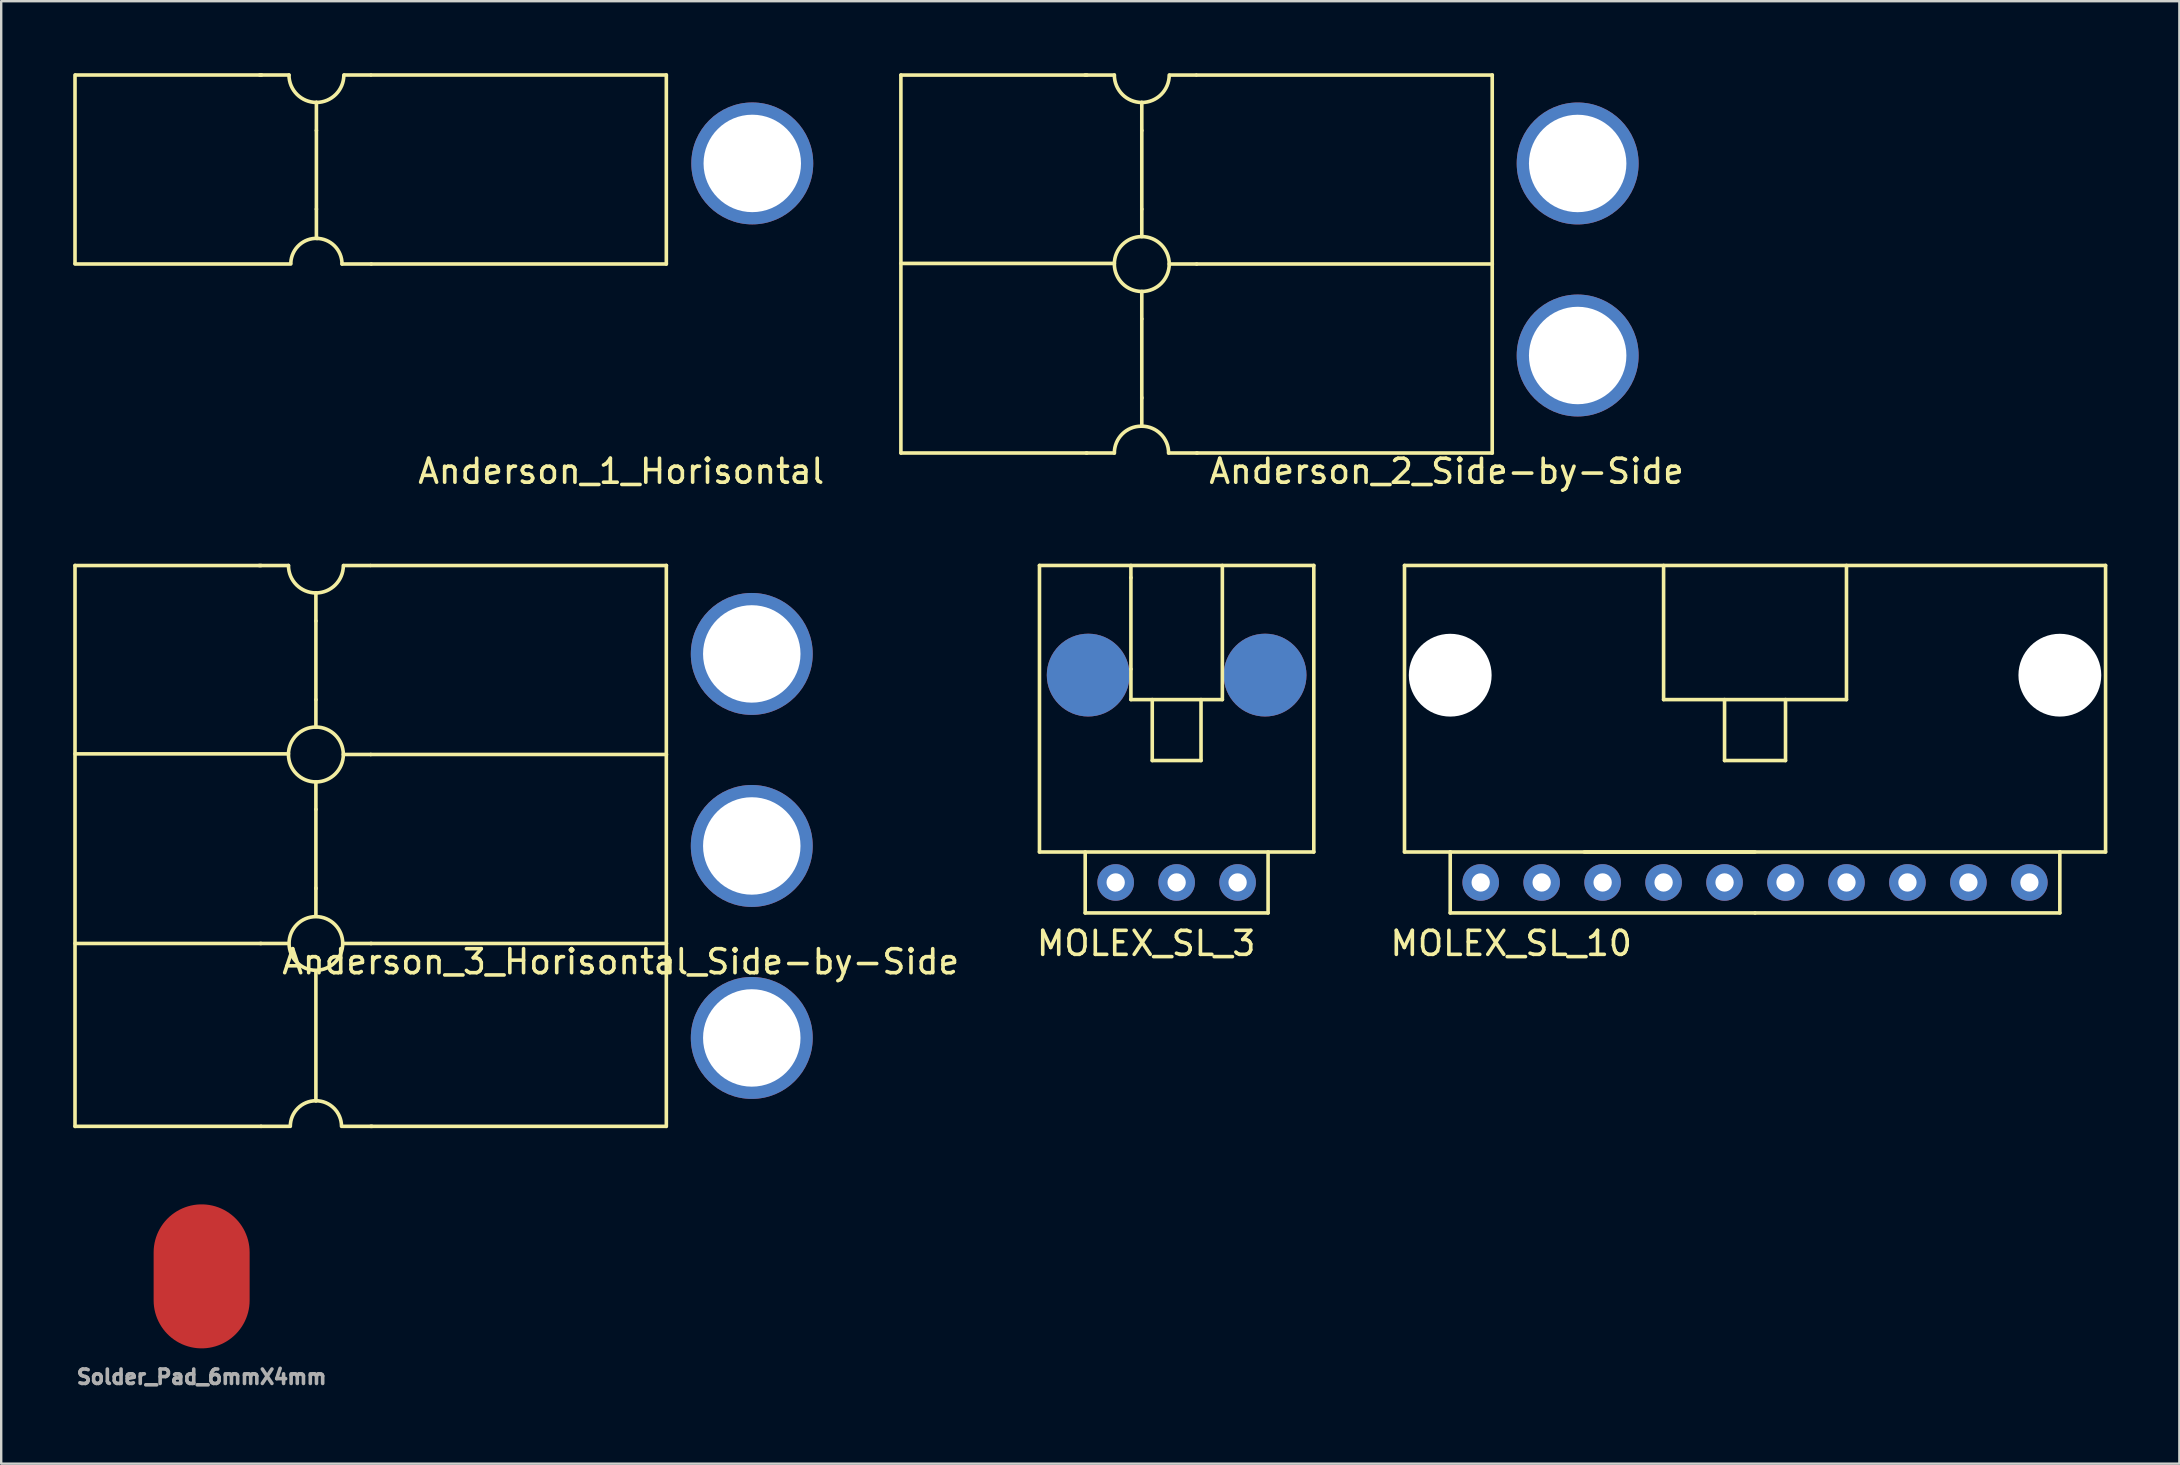
<source format=kicad_pcb>
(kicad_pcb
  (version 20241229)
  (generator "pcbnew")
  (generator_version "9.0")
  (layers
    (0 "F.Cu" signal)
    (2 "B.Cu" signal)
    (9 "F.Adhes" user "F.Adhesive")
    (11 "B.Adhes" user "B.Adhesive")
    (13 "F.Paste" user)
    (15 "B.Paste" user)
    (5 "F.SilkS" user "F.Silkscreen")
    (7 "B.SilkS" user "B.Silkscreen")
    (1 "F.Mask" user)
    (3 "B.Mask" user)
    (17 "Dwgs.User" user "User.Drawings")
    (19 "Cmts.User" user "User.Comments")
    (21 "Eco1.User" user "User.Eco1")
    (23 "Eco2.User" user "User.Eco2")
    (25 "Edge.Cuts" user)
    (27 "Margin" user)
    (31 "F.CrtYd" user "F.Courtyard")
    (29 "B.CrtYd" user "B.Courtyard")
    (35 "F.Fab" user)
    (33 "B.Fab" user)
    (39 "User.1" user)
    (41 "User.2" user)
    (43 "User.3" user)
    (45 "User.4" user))
  (footprint "MOLEX_SL_3"
    (layer "F.Cu")
    (at 45.975 33.718)
    (property "Reference" "MOLEX_SL_3" (at -1.27 2.54 0) (layer "F.SilkS") (effects (font (size 1 1) (thickness 0.15))))
    (attr through_hole)
    (fp_line (start -5.715 -13.208) (end 5.715 -13.208) (stroke (width 0.15) (type solid)) (layer "F.SilkS"))
    (fp_line (start -5.715 -1.27) (end -5.715 -13.208) (stroke (width 0.15) (type solid)) (layer "F.SilkS"))
    (fp_line (start -5.715 -1.27) (end 5.715 -1.27) (stroke (width 0.15) (type solid)) (layer "F.SilkS"))
    (fp_line (start -3.81 1.27) (end -3.81 -1.27) (stroke (width 0.15) (type solid)) (layer "F.SilkS"))
    (fp_line (start -1.905 -13.208) (end -1.905 -12.7) (stroke (width 0.15) (type solid)) (layer "F.SilkS"))
    (fp_line (start -1.905 -8.89) (end -1.905 -12.7) (stroke (width 0.15) (type solid)) (layer "F.SilkS"))
    (fp_line (start -1.905 -8.89) (end -1.905 -7.62) (stroke (width 0.15) (type solid)) (layer "F.SilkS"))
    (fp_line (start -1.016 -7.62) (end -1.016 -5.08) (stroke (width 0.15) (type solid)) (layer "F.SilkS"))
    (fp_line (start -1.016 -5.08) (end 1.016 -5.08) (stroke (width 0.15) (type solid)) (layer "F.SilkS"))
    (fp_line (start 1.016 -7.62) (end 1.016 -5.08) (stroke (width 0.15) (type solid)) (layer "F.SilkS"))
    (fp_line (start 1.905 -13.208) (end 1.905 -7.62) (stroke (width 0.15) (type solid)) (layer "F.SilkS"))
    (fp_line (start 1.905 -7.62) (end -1.905 -7.62) (stroke (width 0.15) (type solid)) (layer "F.SilkS"))
    (fp_line (start 3.81 -1.27) (end 3.81 1.27) (stroke (width 0.15) (type solid)) (layer "F.SilkS"))
    (fp_line (start 3.81 1.27) (end -3.81 1.27) (stroke (width 0.15) (type solid)) (layer "F.SilkS"))
    (fp_line (start 5.715 -1.27) (end 5.715 -13.208) (stroke (width 0.15) (type solid)) (layer "F.SilkS"))
    (pad "" thru_hole circle (at -3.685 -8.64) (size 3.45 3.45) (drill 0.000254) (layers "*.Cu" "*.Mask"))
    (pad "" thru_hole circle (at 3.685 -8.64) (size 3.45 3.45) (drill 0.000254) (layers "*.Cu" "*.Mask"))
    (pad "1" thru_hole circle (at -2.54 0) (size 1.524 1.524) (drill 0.762) (layers "*.Cu" "*.Mask"))
    (pad "2" thru_hole circle (at 0 0) (size 1.524 1.524) (drill 0.762) (layers "*.Cu" "*.Mask"))
    (pad "3" thru_hole circle (at 2.54 0) (size 1.524 1.524) (drill 0.762) (layers "*.Cu" "*.Mask")))
  (footprint "Solder_Pad_6mmX4mm"
    (layer "F.Cu")
    (at 5.351 50.13)
    (property "Reference" "Solder_Pad_6mmX4mm" (at 0 4.191 0) (layer "F.Fab") (effects (font (size 0.6 0.6) (thickness 0.15))))
    (attr through_hole)
    (pad "1" smd oval (at 0 0) (size 4 6) (layers "F.Cu" "F.Mask" "F.Paste")))
  (footprint "Anderson_2_Side-by-Side"
    (layer "F.Cu")
    (at 62.684 11.761)
    (property "Reference" "Anderson_2_Side-by-Side" (at -5.461 4.826 0) (layer "F.SilkS") (effects (font (size 1 1) (thickness 0.15))))
    (attr through_hole)
    (fp_line (start -28.198 4.064) (end -28.198 -11.686) (stroke (width 0.15) (type solid)) (layer "F.SilkS"))
    (fp_line (start -28.194 -11.684) (end -20.447 -11.684) (stroke (width 0.15) (type solid)) (layer "F.SilkS"))
    (fp_line (start -28.194 -3.835) (end -19.304 -3.835) (stroke (width 0.15) (type solid)) (layer "F.SilkS"))
    (fp_line (start -20.472 4.064) (end -19.304 4.064) (stroke (width 0.15) (type solid)) (layer "F.SilkS"))
    (fp_line (start -20.447 4.064) (end -28.194 4.064) (stroke (width 0.15) (type solid)) (layer "F.SilkS"))
    (fp_line (start -19.304 -11.684) (end -20.523 -11.684) (stroke (width 0.15) (type solid)) (layer "F.SilkS"))
    (fp_line (start -18.161 -10.541) (end -18.161 -9.373) (stroke (width 0.15) (type solid)) (layer "F.SilkS"))
    (fp_line (start -18.161 -6.096) (end -18.161 -9.373) (stroke (width 0.15) (type solid)) (layer "F.SilkS"))
    (fp_line (start -18.161 -6.096) (end -18.161 -4.953) (stroke (width 0.15) (type solid)) (layer "F.SilkS"))
    (fp_line (start -18.161 -1.524) (end -18.161 -2.667) (stroke (width 0.15) (type solid)) (layer "F.SilkS"))
    (fp_line (start -18.161 -1.524) (end -18.161 1.778) (stroke (width 0.15) (type solid)) (layer "F.SilkS"))
    (fp_line (start -18.161 1.753) (end -18.161 2.921) (stroke (width 0.15) (type solid)) (layer "F.SilkS"))
    (fp_line (start -15.9 -11.684) (end -16.993 -11.684) (stroke (width 0.15) (type solid)) (layer "F.SilkS"))
    (fp_line (start -15.875 -11.684) (end -3.556 -11.684) (stroke (width 0.15) (type solid)) (layer "F.SilkS"))
    (fp_line (start -15.875 -3.81) (end -17.018 -3.81) (stroke (width 0.15) (type solid)) (layer "F.SilkS"))
    (fp_line (start -15.875 -3.81) (end -3.556 -3.81) (stroke (width 0.15) (type solid)) (layer "F.SilkS"))
    (fp_line (start -15.875 4.064) (end -3.556 4.064) (stroke (width 0.15) (type solid)) (layer "F.SilkS"))
    (fp_line (start -15.85 4.064) (end -17.043 4.064) (stroke (width 0.15) (type solid)) (layer "F.SilkS"))
    (fp_line (start -3.56 4.064) (end -3.56 -11.686) (stroke (width 0.15) (type solid)) (layer "F.SilkS"))
    (fp_arc (start -19.304 4.064) (mid -18.976663 3.273737) (end -18.1864 2.9464) (stroke (width 0.15) (type solid)) (layer "F.SilkS"))
    (fp_arc (start -18.161 -10.541) (mid -18.969223 -10.875777) (end -19.304 -11.684) (stroke (width 0.15) (type solid)) (layer "F.SilkS"))
    (fp_arc (start -18.161 2.9464) (mid -17.370737 3.273737) (end -17.0434 4.064) (stroke (width 0.15) (type solid)) (layer "F.SilkS"))
    (fp_arc (start -17.018 -11.684) (mid -17.352777 -10.875777) (end -18.161 -10.541) (stroke (width 0.15) (type solid)) (layer "F.SilkS"))
    (fp_circle (center -18.161 -3.81) (end -18.161 -2.667) (stroke (width 0.15) (type solid)) (fill no) (layer "F.SilkS"))
    (pad "GND" thru_hole circle (at 0 -8) (size 5.08 5.08) (drill 4.06) (layers "*.Cu" "*.Mask" "F.Paste"))
    (pad "V" thru_hole circle (at 0 0.001) (size 5.08 5.08) (drill 4.06) (layers "*.Cu" "*.Mask" "F.Paste")))
  (footprint "MOLEX_SL_10"
    (layer "F.Cu")
    (at 70.074 33.718)
    (property "Reference" "MOLEX_SL_10" (at -10.16 2.54 0) (layer "F.SilkS") (effects (font (size 1 1) (thickness 0.15))))
    (attr through_hole)
    (fp_line (start -14.605 -13.208) (end 14.605 -13.208) (stroke (width 0.15) (type solid)) (layer "F.SilkS"))
    (fp_line (start -14.605 -1.27) (end -14.605 -13.208) (stroke (width 0.15) (type solid)) (layer "F.SilkS"))
    (fp_line (start -12.7 -1.27) (end -14.605 -1.27) (stroke (width 0.15) (type solid)) (layer "F.SilkS"))
    (fp_line (start -12.7 -1.27) (end 0 -1.27) (stroke (width 0.15) (type solid)) (layer "F.SilkS"))
    (fp_line (start -12.7 1.27) (end -12.7 -1.27) (stroke (width 0.15) (type solid)) (layer "F.SilkS"))
    (fp_line (start -3.81 -7.62) (end -3.81 -13.208) (stroke (width 0.15) (type solid)) (layer "F.SilkS"))
    (fp_line (start -3.81 -7.62) (end 3.81 -7.62) (stroke (width 0.15) (type solid)) (layer "F.SilkS"))
    (fp_line (start -1.27 -7.62) (end -1.27 -5.08) (stroke (width 0.15) (type solid)) (layer "F.SilkS"))
    (fp_line (start -1.27 -5.08) (end 1.27 -5.08) (stroke (width 0.15) (type solid)) (layer "F.SilkS"))
    (fp_line (start 0 1.27) (end -12.7 1.27) (stroke (width 0.15) (type solid)) (layer "F.SilkS"))
    (fp_line (start 0 1.27) (end 12.7 1.27) (stroke (width 0.15) (type solid)) (layer "F.SilkS"))
    (fp_line (start 1.27 -5.08) (end 1.27 -7.62) (stroke (width 0.15) (type solid)) (layer "F.SilkS"))
    (fp_line (start 3.81 -7.62) (end 3.81 -13.208) (stroke (width 0.15) (type solid)) (layer "F.SilkS"))
    (fp_line (start 12.7 -1.27) (end -7.112 -1.27) (stroke (width 0.15) (type solid)) (layer "F.SilkS"))
    (fp_line (start 12.7 -1.27) (end 12.7 1.27) (stroke (width 0.15) (type solid)) (layer "F.SilkS"))
    (fp_line (start 12.7 -1.27) (end 14.605 -1.27) (stroke (width 0.15) (type solid)) (layer "F.SilkS"))
    (fp_line (start 14.605 -1.27) (end 14.605 -13.208) (stroke (width 0.15) (type solid)) (layer "F.SilkS"))
    (pad "" np_thru_hole circle (at -12.7 -8.636) (size 3.45 3.45) (drill 3.45) (layers "*.Cu" "*.Mask"))
    (pad "" np_thru_hole circle (at 12.7 -8.636) (size 3.45 3.45) (drill 3.45) (layers "*.Cu" "*.Mask"))
    (pad "1" thru_hole circle (at -11.43 0) (size 1.524 1.524) (drill 0.762) (layers "*.Cu" "*.Mask"))
    (pad "2" thru_hole circle (at -8.89 0) (size 1.524 1.524) (drill 0.762) (layers "*.Cu" "*.Mask"))
    (pad "3" thru_hole circle (at -6.35 0) (size 1.524 1.524) (drill 0.762) (layers "*.Cu" "*.Mask"))
    (pad "4" thru_hole circle (at -3.81 0) (size 1.524 1.524) (drill 0.762) (layers "*.Cu" "*.Mask"))
    (pad "5" thru_hole circle (at -1.27 0) (size 1.524 1.524) (drill 0.762) (layers "*.Cu" "*.Mask"))
    (pad "6" thru_hole circle (at 1.27 0) (size 1.524 1.524) (drill 0.762) (layers "*.Cu" "*.Mask"))
    (pad "7" thru_hole circle (at 3.81 0) (size 1.524 1.524) (drill 0.762) (layers "*.Cu" "*.Mask"))
    (pad "8" thru_hole circle (at 6.35 0) (size 1.524 1.524) (drill 0.762) (layers "*.Cu" "*.Mask"))
    (pad "9" thru_hole circle (at 8.89 0) (size 1.524 1.524) (drill 0.762) (layers "*.Cu" "*.Mask"))
    (pad "10" thru_hole circle (at 11.43 0) (size 1.524 1.524) (drill 0.762) (layers "*.Cu" "*.Mask")))
  (footprint "Anderson_1_Horisontal"
    (layer "F.Cu")
    (at 24.713 7.949)
    (property "Reference" "Anderson_1_Horisontal" (at -1.88 8.636 0) (layer "F.SilkS") (effects (font (size 1 1) (thickness 0.15))))
    (attr through_hole)
    (fp_line (start -24.638 -7.874) (end -24.638 -0.025) (stroke (width 0.15) (type solid)) (layer "F.SilkS"))
    (fp_line (start -24.638 0) (end -15.646 0) (stroke (width 0.15) (type solid)) (layer "F.SilkS"))
    (fp_line (start -24.613 -7.874) (end -16.866 -7.874) (stroke (width 0.15) (type solid)) (layer "F.SilkS"))
    (fp_line (start -15.723 -7.874) (end -16.942 -7.874) (stroke (width 0.15) (type solid)) (layer "F.SilkS"))
    (fp_line (start -14.58 -6.731) (end -14.58 -5.563) (stroke (width 0.15) (type solid)) (layer "F.SilkS"))
    (fp_line (start -14.58 -2.286) (end -14.58 -5.563) (stroke (width 0.15) (type solid)) (layer "F.SilkS"))
    (fp_line (start -14.58 -2.286) (end -14.58 -1.143) (stroke (width 0.15) (type solid)) (layer "F.SilkS"))
    (fp_line (start -13.513 0) (end -12.294 0) (stroke (width 0.15) (type solid)) (layer "F.SilkS"))
    (fp_line (start -12.319 -7.874) (end -13.411 -7.874) (stroke (width 0.15) (type solid)) (layer "F.SilkS"))
    (fp_line (start -12.294 -7.874) (end 0 -7.874) (stroke (width 0.15) (type solid)) (layer "F.SilkS"))
    (fp_line (start -12.294 0) (end 0 0) (stroke (width 0.15) (type solid)) (layer "F.SilkS"))
    (fp_line (start 0 0) (end 0 -7.874) (stroke (width 0.15) (type solid)) (layer "F.SilkS"))
    (fp_arc (start -15.6464 -0.0508) (mid -15.29802 -0.790263) (end -14.5288 -1.0668) (stroke (width 0.15) (type solid)) (layer "F.SilkS"))
    (fp_arc (start -14.5796 -6.731) (mid -15.387823 -7.065777) (end -15.7226 -7.874) (stroke (width 0.15) (type solid)) (layer "F.SilkS"))
    (fp_arc (start -14.5796 -1.0668) (mid -13.825258 -0.754342) (end -13.5128 0) (stroke (width 0.15) (type solid)) (layer "F.SilkS"))
    (fp_arc (start -13.4366 -7.874) (mid -13.771377 -7.065777) (end -14.5796 -6.731) (stroke (width 0.15) (type solid)) (layer "F.SilkS"))
    (pad "1" thru_hole circle (at 3.581 -4.19) (size 5.08 5.08) (drill 4.06) (layers "*.Cu" "*.Mask" "F.Paste")))
  (footprint "Anderson_3_Horisontal_Side-by-Side"
    (layer "F.Cu")
    (at 24.692 43.88)
    (property "Reference" "Anderson_3_Horisontal_Side-by-Side" (at -1.88 -6.858 0) (layer "F.SilkS") (effects (font (size 1 1) (thickness 0.15))))
    (attr through_hole)
    (fp_line (start -24.617 0.002) (end -24.617 -23.37) (stroke (width 0.15) (type solid)) (layer "F.SilkS"))
    (fp_line (start -24.613 -23.368) (end -16.866 -23.368) (stroke (width 0.15) (type solid)) (layer "F.SilkS"))
    (fp_line (start -24.613 -15.519) (end -15.723 -15.519) (stroke (width 0.15) (type solid)) (layer "F.SilkS"))
    (fp_line (start -16.891 -7.62) (end -15.723 -7.62) (stroke (width 0.15) (type solid)) (layer "F.SilkS"))
    (fp_line (start -16.866 -7.62) (end -24.613 -7.62) (stroke (width 0.15) (type solid)) (layer "F.SilkS"))
    (fp_line (start -16.866 0) (end -24.613 0) (stroke (width 0.15) (type solid)) (layer "F.SilkS"))
    (fp_line (start -15.723 -23.368) (end -16.942 -23.368) (stroke (width 0.15) (type solid)) (layer "F.SilkS"))
    (fp_line (start -15.697 0) (end -16.866 0) (stroke (width 0.15) (type solid)) (layer "F.SilkS"))
    (fp_line (start -14.58 -22.225) (end -14.58 -21.057) (stroke (width 0.15) (type solid)) (layer "F.SilkS"))
    (fp_line (start -14.58 -17.78) (end -14.58 -21.057) (stroke (width 0.15) (type solid)) (layer "F.SilkS"))
    (fp_line (start -14.58 -17.78) (end -14.58 -16.637) (stroke (width 0.15) (type solid)) (layer "F.SilkS"))
    (fp_line (start -14.58 -13.208) (end -14.58 -14.351) (stroke (width 0.15) (type solid)) (layer "F.SilkS"))
    (fp_line (start -14.58 -13.208) (end -14.58 -9.906) (stroke (width 0.15) (type solid)) (layer "F.SilkS"))
    (fp_line (start -14.58 -9.931) (end -14.58 -8.763) (stroke (width 0.15) (type solid)) (layer "F.SilkS"))
    (fp_line (start -14.58 -6.452) (end -14.58 -1.067) (stroke (width 0.15) (type solid)) (layer "F.SilkS"))
    (fp_line (start -13.462 0) (end -12.243 0) (stroke (width 0.15) (type solid)) (layer "F.SilkS"))
    (fp_line (start -12.319 -23.368) (end -13.411 -23.368) (stroke (width 0.15) (type solid)) (layer "F.SilkS"))
    (fp_line (start -12.294 -23.368) (end 0.025 -23.368) (stroke (width 0.15) (type solid)) (layer "F.SilkS"))
    (fp_line (start -12.294 -15.494) (end -13.437 -15.494) (stroke (width 0.15) (type solid)) (layer "F.SilkS"))
    (fp_line (start -12.294 -15.494) (end 0.025 -15.494) (stroke (width 0.15) (type solid)) (layer "F.SilkS"))
    (fp_line (start -12.294 -7.62) (end 0.025 -7.62) (stroke (width 0.15) (type solid)) (layer "F.SilkS"))
    (fp_line (start -12.294 0) (end 0 0) (stroke (width 0.15) (type solid)) (layer "F.SilkS"))
    (fp_line (start -12.268 -7.62) (end -13.462 -7.62) (stroke (width 0.15) (type solid)) (layer "F.SilkS"))
    (fp_line (start 0.021 0.002) (end 0.021 -23.37) (stroke (width 0.15) (type solid)) (layer "F.SilkS"))
    (fp_arc (start -15.6464 0) (mid -15.333942 -0.754342) (end -14.5796 -1.0668) (stroke (width 0.15) (type solid)) (layer "F.SilkS"))
    (fp_arc (start -14.5796 -22.225) (mid -15.387823 -22.559777) (end -15.7226 -23.368) (stroke (width 0.15) (type solid)) (layer "F.SilkS"))
    (fp_arc (start -14.5796 -1.0668) (mid -13.825258 -0.754342) (end -13.5128 0) (stroke (width 0.15) (type solid)) (layer "F.SilkS"))
    (fp_arc (start -13.4366 -23.368) (mid -13.771377 -22.559777) (end -14.5796 -22.225) (stroke (width 0.15) (type solid)) (layer "F.SilkS"))
    (fp_circle (center -14.58 -15.494) (end -14.58 -14.351) (stroke (width 0.15) (type solid)) (fill no) (layer "F.SilkS"))
    (fp_circle (center -14.58 -7.62) (end -13.462 -7.62) (stroke (width 0.15) (type solid)) (fill no) (layer "F.SilkS"))
    (pad "1" thru_hole circle (at 3.581 -19.684) (size 5.08 5.08) (drill 4.06) (layers "*.Cu" "*.Mask" "F.Paste"))
    (pad "2" thru_hole circle (at 3.581 -11.683) (size 5.08 5.08) (drill 4.06) (layers "*.Cu" "*.Mask" "F.Paste"))
    (pad "3" thru_hole circle (at 3.581 -3.684) (size 5.08 5.08) (drill 4.06) (layers "*.Cu" "*.Mask" "F.Paste")))
  (gr_rect
    (start -3 -3)
    (end 87.754 57.935)
    (stroke (width 0.1) (type default))
    (fill no)
    (layer "Edge.Cuts")))
</source>
